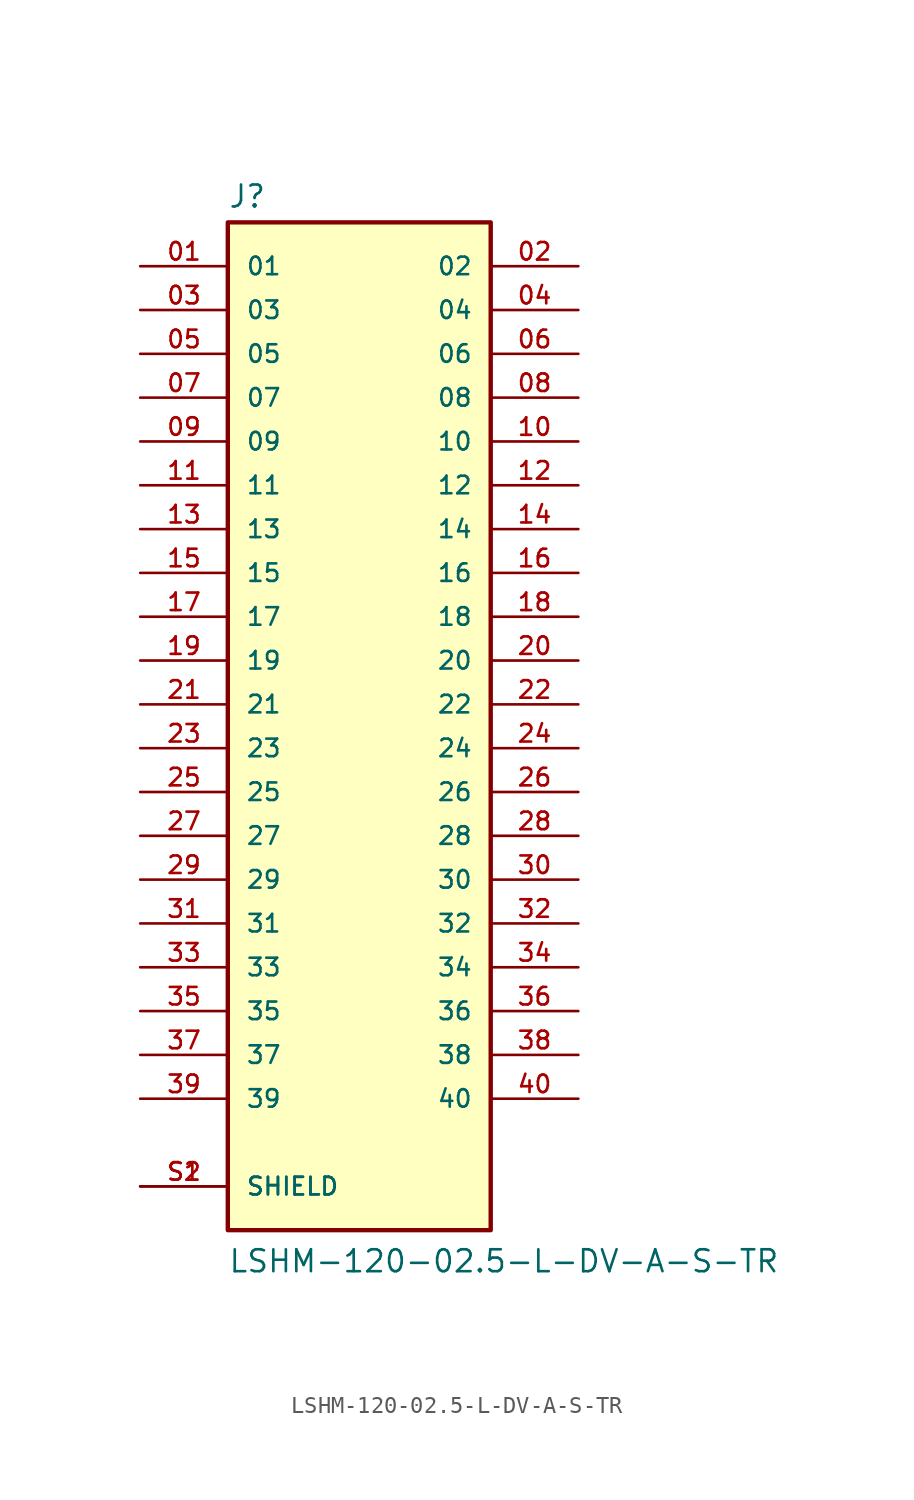
<source format=kicad_sym>
(kicad_symbol_lib
  (version 20211014)
  (generator kicad_symbol_editor)
  (symbol "LSHM-120-02.5-L-DV-A-S-TR"
    (pin_names
      (offset 1.016))
    (property "Reference" "J"
      (at -7.62 28.702 0)
      (effects (font (size 1.27 1.27)) (justify bottom left)))
    (property "Value" "LSHM-120-02.5-L-DV-A-S-TR"
      (at -7.62 -33.02 0)
      (effects (font (size 1.27 1.27)) (justify bottom left)))
    (symbol "LSHM-120-02.5-L-DV-A-S-TR_0_0"
      (rectangle (start -7.62 -30.48) (end 7.62 27.94) (stroke (width 0.254)) (fill (type background)))
      (pin passive line (at -12.7 25.4 0) (length 5.08) (name "01" (effects (font (size 1.016 1.016)))) (number "01" (effects (font (size 1.016 1.016)))))
      (pin passive line (at 12.7 25.4 180.0) (length 5.08) (name "02" (effects (font (size 1.016 1.016)))) (number "02" (effects (font (size 1.016 1.016)))))
      (pin passive line (at -12.7 22.86 0) (length 5.08) (name "03" (effects (font (size 1.016 1.016)))) (number "03" (effects (font (size 1.016 1.016)))))
      (pin passive line (at 12.7 22.86 180.0) (length 5.08) (name "04" (effects (font (size 1.016 1.016)))) (number "04" (effects (font (size 1.016 1.016)))))
      (pin passive line (at -12.7 20.32 0) (length 5.08) (name "05" (effects (font (size 1.016 1.016)))) (number "05" (effects (font (size 1.016 1.016)))))
      (pin passive line (at 12.7 20.32 180.0) (length 5.08) (name "06" (effects (font (size 1.016 1.016)))) (number "06" (effects (font (size 1.016 1.016)))))
      (pin passive line (at -12.7 17.78 0) (length 5.08) (name "07" (effects (font (size 1.016 1.016)))) (number "07" (effects (font (size 1.016 1.016)))))
      (pin passive line (at 12.7 17.78 180.0) (length 5.08) (name "08" (effects (font (size 1.016 1.016)))) (number "08" (effects (font (size 1.016 1.016)))))
      (pin passive line (at -12.7 15.24 0) (length 5.08) (name "09" (effects (font (size 1.016 1.016)))) (number "09" (effects (font (size 1.016 1.016)))))
      (pin passive line (at 12.7 15.24 180.0) (length 5.08) (name "10" (effects (font (size 1.016 1.016)))) (number "10" (effects (font (size 1.016 1.016)))))
      (pin passive line (at -12.7 12.7 0) (length 5.08) (name "11" (effects (font (size 1.016 1.016)))) (number "11" (effects (font (size 1.016 1.016)))))
      (pin passive line (at 12.7 12.7 180.0) (length 5.08) (name "12" (effects (font (size 1.016 1.016)))) (number "12" (effects (font (size 1.016 1.016)))))
      (pin passive line (at -12.7 10.16 0) (length 5.08) (name "13" (effects (font (size 1.016 1.016)))) (number "13" (effects (font (size 1.016 1.016)))))
      (pin passive line (at 12.7 10.16 180.0) (length 5.08) (name "14" (effects (font (size 1.016 1.016)))) (number "14" (effects (font (size 1.016 1.016)))))
      (pin passive line (at -12.7 7.62 0) (length 5.08) (name "15" (effects (font (size 1.016 1.016)))) (number "15" (effects (font (size 1.016 1.016)))))
      (pin passive line (at 12.7 7.62 180.0) (length 5.08) (name "16" (effects (font (size 1.016 1.016)))) (number "16" (effects (font (size 1.016 1.016)))))
      (pin passive line (at -12.7 5.08 0) (length 5.08) (name "17" (effects (font (size 1.016 1.016)))) (number "17" (effects (font (size 1.016 1.016)))))
      (pin passive line (at 12.7 5.08 180.0) (length 5.08) (name "18" (effects (font (size 1.016 1.016)))) (number "18" (effects (font (size 1.016 1.016)))))
      (pin passive line (at -12.7 2.54 0) (length 5.08) (name "19" (effects (font (size 1.016 1.016)))) (number "19" (effects (font (size 1.016 1.016)))))
      (pin passive line (at 12.7 2.54 180.0) (length 5.08) (name "20" (effects (font (size 1.016 1.016)))) (number "20" (effects (font (size 1.016 1.016)))))
      (pin passive line (at -12.7 0.0 0) (length 5.08) (name "21" (effects (font (size 1.016 1.016)))) (number "21" (effects (font (size 1.016 1.016)))))
      (pin passive line (at 12.7 0.0 180.0) (length 5.08) (name "22" (effects (font (size 1.016 1.016)))) (number "22" (effects (font (size 1.016 1.016)))))
      (pin passive line (at -12.7 -2.54 0) (length 5.08) (name "23" (effects (font (size 1.016 1.016)))) (number "23" (effects (font (size 1.016 1.016)))))
      (pin passive line (at 12.7 -2.54 180.0) (length 5.08) (name "24" (effects (font (size 1.016 1.016)))) (number "24" (effects (font (size 1.016 1.016)))))
      (pin passive line (at -12.7 -5.08 0) (length 5.08) (name "25" (effects (font (size 1.016 1.016)))) (number "25" (effects (font (size 1.016 1.016)))))
      (pin passive line (at 12.7 -5.08 180.0) (length 5.08) (name "26" (effects (font (size 1.016 1.016)))) (number "26" (effects (font (size 1.016 1.016)))))
      (pin passive line (at -12.7 -7.62 0) (length 5.08) (name "27" (effects (font (size 1.016 1.016)))) (number "27" (effects (font (size 1.016 1.016)))))
      (pin passive line (at 12.7 -7.62 180.0) (length 5.08) (name "28" (effects (font (size 1.016 1.016)))) (number "28" (effects (font (size 1.016 1.016)))))
      (pin passive line (at -12.7 -10.16 0) (length 5.08) (name "29" (effects (font (size 1.016 1.016)))) (number "29" (effects (font (size 1.016 1.016)))))
      (pin passive line (at 12.7 -10.16 180.0) (length 5.08) (name "30" (effects (font (size 1.016 1.016)))) (number "30" (effects (font (size 1.016 1.016)))))
      (pin passive line (at -12.7 -12.7 0) (length 5.08) (name "31" (effects (font (size 1.016 1.016)))) (number "31" (effects (font (size 1.016 1.016)))))
      (pin passive line (at 12.7 -12.7 180.0) (length 5.08) (name "32" (effects (font (size 1.016 1.016)))) (number "32" (effects (font (size 1.016 1.016)))))
      (pin passive line (at -12.7 -15.24 0) (length 5.08) (name "33" (effects (font (size 1.016 1.016)))) (number "33" (effects (font (size 1.016 1.016)))))
      (pin passive line (at 12.7 -15.24 180.0) (length 5.08) (name "34" (effects (font (size 1.016 1.016)))) (number "34" (effects (font (size 1.016 1.016)))))
      (pin passive line (at -12.7 -17.78 0) (length 5.08) (name "35" (effects (font (size 1.016 1.016)))) (number "35" (effects (font (size 1.016 1.016)))))
      (pin passive line (at 12.7 -17.78 180.0) (length 5.08) (name "36" (effects (font (size 1.016 1.016)))) (number "36" (effects (font (size 1.016 1.016)))))
      (pin passive line (at -12.7 -20.32 0) (length 5.08) (name "37" (effects (font (size 1.016 1.016)))) (number "37" (effects (font (size 1.016 1.016)))))
      (pin passive line (at 12.7 -20.32 180.0) (length 5.08) (name "38" (effects (font (size 1.016 1.016)))) (number "38" (effects (font (size 1.016 1.016)))))
      (pin passive line (at -12.7 -22.86 0) (length 5.08) (name "39" (effects (font (size 1.016 1.016)))) (number "39" (effects (font (size 1.016 1.016)))))
      (pin passive line (at 12.7 -22.86 180.0) (length 5.08) (name "40" (effects (font (size 1.016 1.016)))) (number "40" (effects (font (size 1.016 1.016)))))
      (pin passive line (at -12.7 -27.94 0) (length 5.08) (name "SHIELD" (effects (font (size 1.016 1.016)))) (number "S1" (effects (font (size 1.016 1.016)))))
      (pin passive line (at -12.7 -27.94 0) (length 5.08) (name "SHIELD" (effects (font (size 1.016 1.016)))) (number "S2" (effects (font (size 1.016 1.016))))))))
</source>
